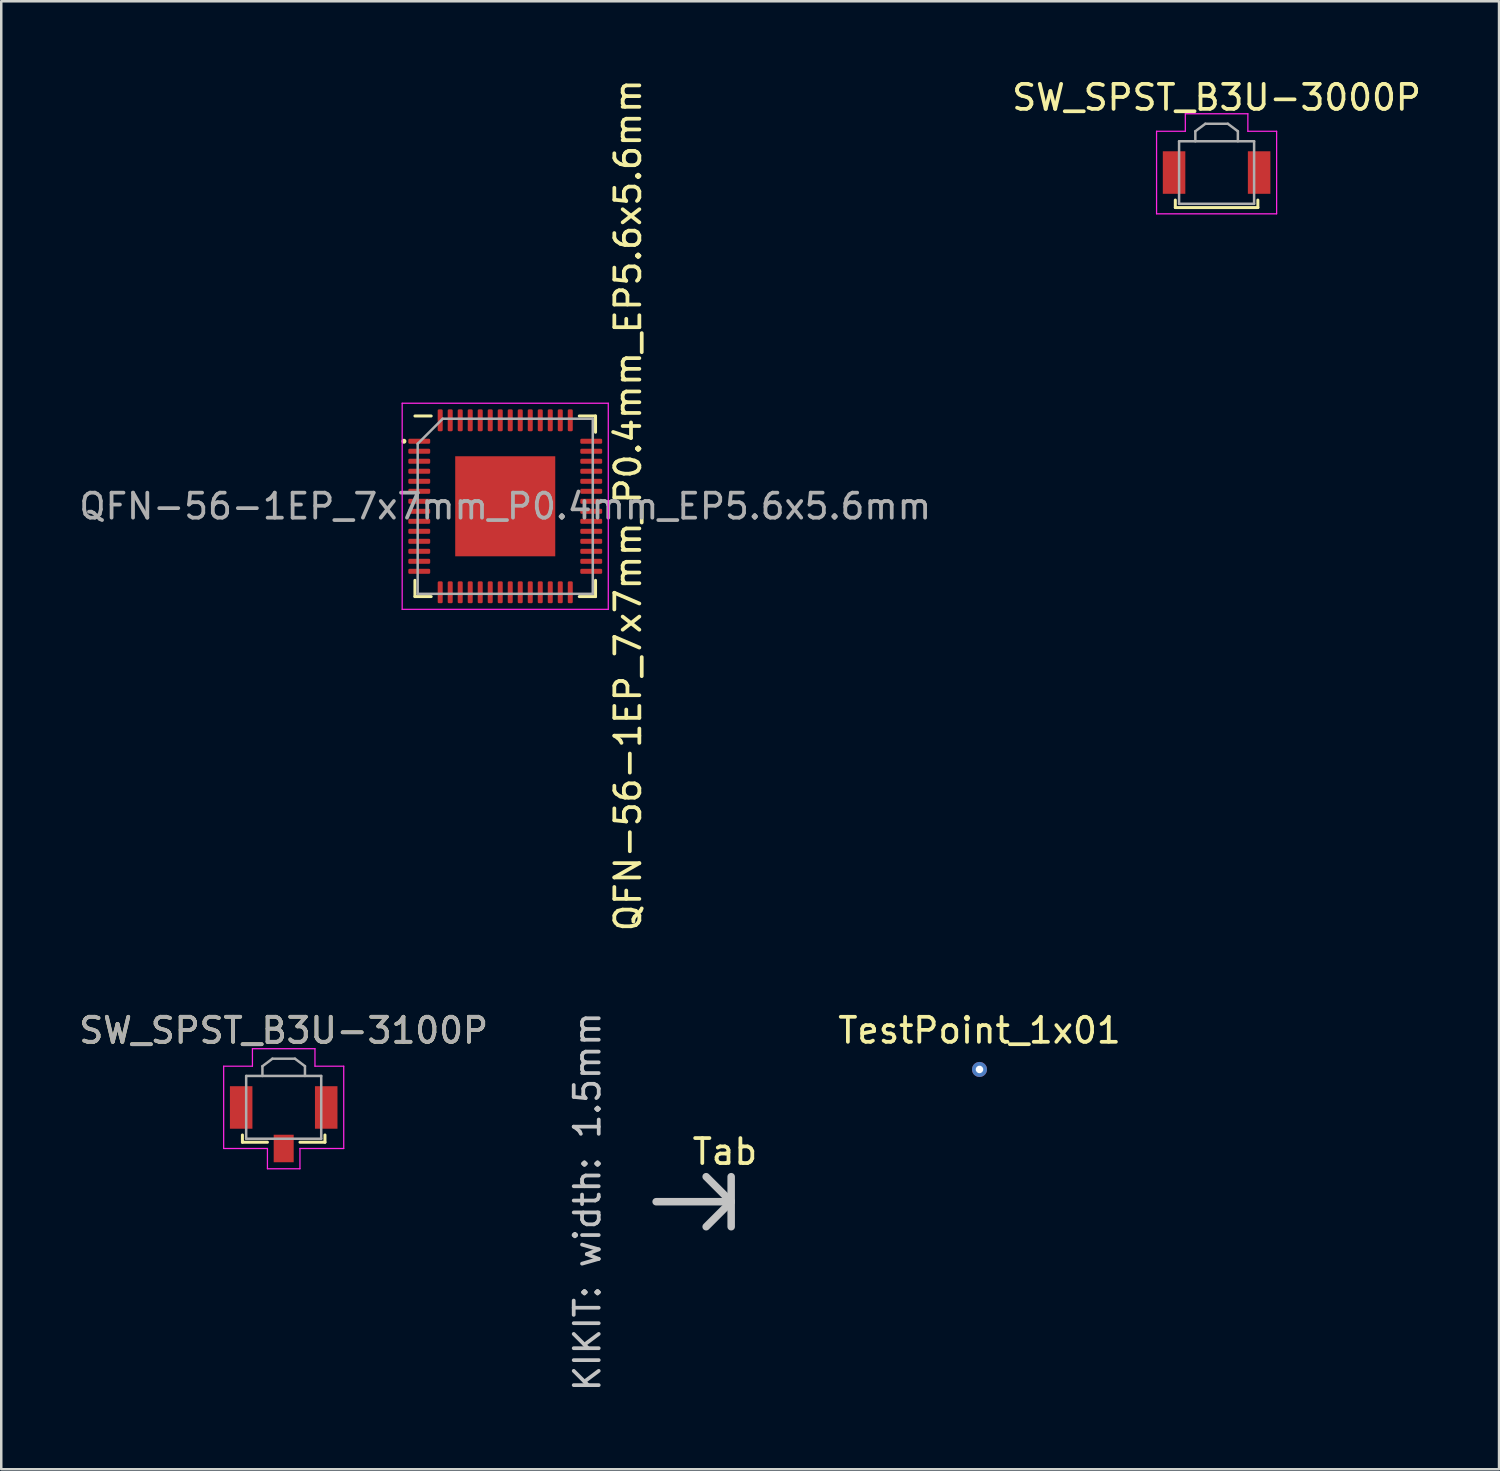
<source format=kicad_pcb>
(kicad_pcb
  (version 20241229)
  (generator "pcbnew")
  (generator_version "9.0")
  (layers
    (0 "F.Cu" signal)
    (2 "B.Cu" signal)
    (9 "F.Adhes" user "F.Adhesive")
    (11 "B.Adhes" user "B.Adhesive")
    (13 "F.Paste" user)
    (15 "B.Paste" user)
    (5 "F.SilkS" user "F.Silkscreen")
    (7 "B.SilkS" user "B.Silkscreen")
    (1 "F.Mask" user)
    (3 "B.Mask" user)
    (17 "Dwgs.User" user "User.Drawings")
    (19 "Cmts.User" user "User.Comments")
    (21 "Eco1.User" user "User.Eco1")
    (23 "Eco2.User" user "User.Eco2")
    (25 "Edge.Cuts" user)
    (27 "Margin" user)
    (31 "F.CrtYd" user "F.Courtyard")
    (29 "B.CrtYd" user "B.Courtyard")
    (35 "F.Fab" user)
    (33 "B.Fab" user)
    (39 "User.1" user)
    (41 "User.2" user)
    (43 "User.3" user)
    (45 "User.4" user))
  (footprint "Tab"
    (layer "F.Cu")
    (at 25.932 44.994)
    (property "Reference" "Tab" (at 0 -2 0) (layer "F.SilkS") (effects (font (size 1 1) (thickness 0.15))))
    (attr exclude_from_pos_files exclude_from_bom)
    (fp_line (start 0.25 0) (end -2.75 0) (stroke (width 0.3) (type solid)) (layer "Dwgs.User"))
    (fp_line (start 0.25 0) (end -0.75 -1) (stroke (width 0.3) (type solid)) (layer "Dwgs.User"))
    (fp_line (start 0.25 0) (end -0.75 1) (stroke (width 0.3) (type solid)) (layer "Dwgs.User"))
    (fp_line (start 0.25 1) (end 0.25 -1) (stroke (width 0.3) (type solid)) (layer "Dwgs.User"))
    (fp_text user "KIKIT: width: 1.5mm" (at -5.5 0 90) (layer "Dwgs.User") (effects (font (size 1 1) (thickness 0.15)))))
  (footprint "SW_SPST_B3U-3100P"
    (layer "F.Cu")
    (at 8.292 42.046)
    (property "Reference" "SW_SPST_B3U-3100P" (at 0 -3.9 0) (layer "F.SilkS") (effects (font (size 1 1) (thickness 0.15))))
    (attr smd)
    (fp_line (start -1.65 0.28) (end -1.65 0.57) (stroke (width 0.12) (type solid)) (layer "F.SilkS"))
    (fp_line (start -1.65 0.57) (end -0.65 0.57) (stroke (width 0.12) (type solid)) (layer "F.SilkS"))
    (fp_line (start 1.65 0.57) (end 0.65 0.57) (stroke (width 0.12) (type solid)) (layer "F.SilkS"))
    (fp_line (start 1.65 0.57) (end 1.65 0.28) (stroke (width 0.12) (type solid)) (layer "F.SilkS"))
    (fp_line (start -2.4 -2.47) (end -2.4 0.82) (stroke (width 0.05) (type solid)) (layer "F.CrtYd"))
    (fp_line (start -2.4 0.82) (end -0.65 0.82) (stroke (width 0.05) (type solid)) (layer "F.CrtYd"))
    (fp_line (start -1.25 -3.17) (end 1.25 -3.17) (stroke (width 0.05) (type solid)) (layer "F.CrtYd"))
    (fp_line (start -1.25 -2.47) (end -2.4 -2.47) (stroke (width 0.05) (type solid)) (layer "F.CrtYd"))
    (fp_line (start -1.25 -2.47) (end -1.25 -3.17) (stroke (width 0.05) (type solid)) (layer "F.CrtYd"))
    (fp_line (start -0.65 0.82) (end -0.65 1.63) (stroke (width 0.05) (type solid)) (layer "F.CrtYd"))
    (fp_line (start -0.65 1.63) (end 0.65 1.63) (stroke (width 0.05) (type solid)) (layer "F.CrtYd"))
    (fp_line (start 0.65 0.82) (end 2.4 0.82) (stroke (width 0.05) (type solid)) (layer "F.CrtYd"))
    (fp_line (start 0.65 1.63) (end 0.65 0.82) (stroke (width 0.05) (type solid)) (layer "F.CrtYd"))
    (fp_line (start 1.25 -3.17) (end 1.25 -2.47) (stroke (width 0.05) (type solid)) (layer "F.CrtYd"))
    (fp_line (start 1.25 -2.47) (end 2.4 -2.47) (stroke (width 0.05) (type solid)) (layer "F.CrtYd"))
    (fp_line (start 2.4 0.82) (end 2.4 -2.47) (stroke (width 0.05) (type solid)) (layer "F.CrtYd"))
    (fp_line (start -1.5 -2.08) (end 1.5 -2.08) (stroke (width 0.1) (type solid)) (layer "F.Fab"))
    (fp_line (start -1.5 0.43) (end -1.5 -2.08) (stroke (width 0.1) (type solid)) (layer "F.Fab"))
    (fp_line (start -0.85 -2.47) (end -0.45 -2.77) (stroke (width 0.1) (type solid)) (layer "F.Fab"))
    (fp_line (start -0.85 -2.08) (end -0.85 -2.47) (stroke (width 0.1) (type solid)) (layer "F.Fab"))
    (fp_line (start -0.45 -2.77) (end 0.45 -2.77) (stroke (width 0.1) (type solid)) (layer "F.Fab"))
    (fp_line (start 0.45 -2.77) (end 0.85 -2.47) (stroke (width 0.1) (type solid)) (layer "F.Fab"))
    (fp_line (start 0.85 -2.47) (end 0.85 -2.08) (stroke (width 0.1) (type solid)) (layer "F.Fab"))
    (fp_line (start 1.5 -2.08) (end 1.5 0.43) (stroke (width 0.1) (type solid)) (layer "F.Fab"))
    (fp_line (start 1.5 0.43) (end -1.5 0.43) (stroke (width 0.1) (type solid)) (layer "F.Fab"))
    (fp_text user "${REFERENCE}" (at 0 -3.9 0) (layer "F.Fab") (effects (font (size 1 1) (thickness 0.15))))
    (pad "1" smd rect (at -1.7 -0.82) (size 0.9 1.7) (layers "F.Cu" "F.Mask" "F.Paste"))
    (pad "2" smd rect (at 1.7 -0.82) (size 0.9 1.7) (layers "F.Cu" "F.Mask" "F.Paste"))
    (pad "3" smd rect (at 0 0.82) (size 0.8 1.1) (layers "F.Cu" "F.Mask" "F.Paste")))
  (footprint "QFN-56-1EP_7x7mm_P0.4mm_EP5.6x5.6mm"
    (layer "F.Cu")
    (at 17.149 17.191)
    (property "Reference" "QFN-56-1EP_7x7mm_P0.4mm_EP5.6x5.6mm" (at 4.907 -0.042 90) (layer "F.SilkS") (effects (font (size 1 1) (thickness 0.15))))
    (attr smd)
    (fp_line (start -3.61 3.61) (end -3.61 2.96) (stroke (width 0.12) (type solid)) (layer "F.SilkS"))
    (fp_line (start -2.96 -3.61) (end -3.61 -3.61) (stroke (width 0.12) (type solid)) (layer "F.SilkS"))
    (fp_line (start -2.96 3.61) (end -3.61 3.61) (stroke (width 0.12) (type solid)) (layer "F.SilkS"))
    (fp_line (start 2.96 -3.61) (end 3.61 -3.61) (stroke (width 0.12) (type solid)) (layer "F.SilkS"))
    (fp_line (start 2.96 3.61) (end 3.61 3.61) (stroke (width 0.12) (type solid)) (layer "F.SilkS"))
    (fp_line (start 3.61 -3.61) (end 3.61 -2.96) (stroke (width 0.12) (type solid)) (layer "F.SilkS"))
    (fp_line (start 3.61 3.61) (end 3.61 2.96) (stroke (width 0.12) (type solid)) (layer "F.SilkS"))
    (fp_circle (center -4.05 -2.6) (end -4 -2.6) (stroke (width 0.1) (type solid)) (fill no) (layer "F.SilkS"))
    (fp_line (start -4.12 -4.12) (end -4.12 4.12) (stroke (width 0.05) (type solid)) (layer "F.CrtYd"))
    (fp_line (start -4.12 4.12) (end 4.12 4.12) (stroke (width 0.05) (type solid)) (layer "F.CrtYd"))
    (fp_line (start 4.12 -4.12) (end -4.12 -4.12) (stroke (width 0.05) (type solid)) (layer "F.CrtYd"))
    (fp_line (start 4.12 4.12) (end 4.12 -4.12) (stroke (width 0.05) (type solid)) (layer "F.CrtYd"))
    (fp_line (start -3.5 -2.5) (end -2.5 -3.5) (stroke (width 0.1) (type solid)) (layer "F.Fab"))
    (fp_line (start -3.5 3.5) (end -3.5 -2.5) (stroke (width 0.1) (type solid)) (layer "F.Fab"))
    (fp_line (start -2.5 -3.5) (end 3.5 -3.5) (stroke (width 0.1) (type solid)) (layer "F.Fab"))
    (fp_line (start 3.5 -3.5) (end 3.5 3.5) (stroke (width 0.1) (type solid)) (layer "F.Fab"))
    (fp_line (start 3.5 3.5) (end -3.5 3.5) (stroke (width 0.1) (type solid)) (layer "F.Fab"))
    (fp_text user "${REFERENCE}" (at 0 0 180) (layer "F.Fab") (effects (font (size 1 1) (thickness 0.15))))
    (pad "" smd roundrect (at -1 -1) (size 1.75 1.75) (layers "F.Paste") (roundrect_rratio 0.221))
    (pad "" smd roundrect (at -1 1) (size 1.75 1.75) (layers "F.Paste") (roundrect_rratio 0.221))
    (pad "" smd roundrect (at 1 -1) (size 1.75 1.75) (layers "F.Paste") (roundrect_rratio 0.221))
    (pad "" smd roundrect (at 1 1) (size 1.75 1.75) (layers "F.Paste") (roundrect_rratio 0.221))
    (pad "1" smd roundrect (at -3.438 -2.6) (size 0.875 0.2) (layers "F.Cu" "F.Mask" "F.Paste") (roundrect_rratio 0.25))
    (pad "2" smd roundrect (at -3.438 -2.2) (size 0.875 0.2) (layers "F.Cu" "F.Mask" "F.Paste") (roundrect_rratio 0.25))
    (pad "3" smd roundrect (at -3.438 -1.8) (size 0.875 0.2) (layers "F.Cu" "F.Mask" "F.Paste") (roundrect_rratio 0.25))
    (pad "4" smd roundrect (at -3.438 -1.4) (size 0.875 0.2) (layers "F.Cu" "F.Mask" "F.Paste") (roundrect_rratio 0.25))
    (pad "5" smd roundrect (at -3.438 -1) (size 0.875 0.2) (layers "F.Cu" "F.Mask" "F.Paste") (roundrect_rratio 0.25))
    (pad "6" smd roundrect (at -3.438 -0.6) (size 0.875 0.2) (layers "F.Cu" "F.Mask" "F.Paste") (roundrect_rratio 0.25))
    (pad "7" smd roundrect (at -3.438 -0.2) (size 0.875 0.2) (layers "F.Cu" "F.Mask" "F.Paste") (roundrect_rratio 0.25))
    (pad "8" smd roundrect (at -3.438 0.2) (size 0.875 0.2) (layers "F.Cu" "F.Mask" "F.Paste") (roundrect_rratio 0.25))
    (pad "9" smd roundrect (at -3.438 0.6) (size 0.875 0.2) (layers "F.Cu" "F.Mask" "F.Paste") (roundrect_rratio 0.25))
    (pad "10" smd roundrect (at -3.438 1) (size 0.875 0.2) (layers "F.Cu" "F.Mask" "F.Paste") (roundrect_rratio 0.25))
    (pad "11" smd roundrect (at -3.438 1.4) (size 0.875 0.2) (layers "F.Cu" "F.Mask" "F.Paste") (roundrect_rratio 0.25))
    (pad "12" smd roundrect (at -3.438 1.8) (size 0.875 0.2) (layers "F.Cu" "F.Mask" "F.Paste") (roundrect_rratio 0.25))
    (pad "13" smd roundrect (at -3.438 2.2) (size 0.875 0.2) (layers "F.Cu" "F.Mask" "F.Paste") (roundrect_rratio 0.25))
    (pad "14" smd roundrect (at -3.438 2.6) (size 0.875 0.2) (layers "F.Cu" "F.Mask" "F.Paste") (roundrect_rratio 0.25))
    (pad "15" smd roundrect (at -2.6 3.438) (size 0.2 0.875) (layers "F.Cu" "F.Mask" "F.Paste") (roundrect_rratio 0.25))
    (pad "16" smd roundrect (at -2.2 3.438) (size 0.2 0.875) (layers "F.Cu" "F.Mask" "F.Paste") (roundrect_rratio 0.25))
    (pad "17" smd roundrect (at -1.8 3.438) (size 0.2 0.875) (layers "F.Cu" "F.Mask" "F.Paste") (roundrect_rratio 0.25))
    (pad "18" smd roundrect (at -1.4 3.438) (size 0.2 0.875) (layers "F.Cu" "F.Mask" "F.Paste") (roundrect_rratio 0.25))
    (pad "19" smd roundrect (at -1 3.438) (size 0.2 0.875) (layers "F.Cu" "F.Mask" "F.Paste") (roundrect_rratio 0.25))
    (pad "20" smd roundrect (at -0.6 3.438) (size 0.2 0.875) (layers "F.Cu" "F.Mask" "F.Paste") (roundrect_rratio 0.25))
    (pad "21" smd roundrect (at -0.2 3.438) (size 0.2 0.875) (layers "F.Cu" "F.Mask" "F.Paste") (roundrect_rratio 0.25))
    (pad "22" smd roundrect (at 0.2 3.438) (size 0.2 0.875) (layers "F.Cu" "F.Mask" "F.Paste") (roundrect_rratio 0.25))
    (pad "23" smd roundrect (at 0.6 3.438) (size 0.2 0.875) (layers "F.Cu" "F.Mask" "F.Paste") (roundrect_rratio 0.25))
    (pad "24" smd roundrect (at 1 3.438) (size 0.2 0.875) (layers "F.Cu" "F.Mask" "F.Paste") (roundrect_rratio 0.25))
    (pad "25" smd roundrect (at 1.4 3.438) (size 0.2 0.875) (layers "F.Cu" "F.Mask" "F.Paste") (roundrect_rratio 0.25))
    (pad "26" smd roundrect (at 1.8 3.438) (size 0.2 0.875) (layers "F.Cu" "F.Mask" "F.Paste") (roundrect_rratio 0.25))
    (pad "27" smd roundrect (at 2.2 3.438) (size 0.2 0.875) (layers "F.Cu" "F.Mask" "F.Paste") (roundrect_rratio 0.25))
    (pad "28" smd roundrect (at 2.6 3.438) (size 0.2 0.875) (layers "F.Cu" "F.Mask" "F.Paste") (roundrect_rratio 0.25))
    (pad "29" smd roundrect (at 3.438 2.6) (size 0.875 0.2) (layers "F.Cu" "F.Mask" "F.Paste") (roundrect_rratio 0.25))
    (pad "30" smd roundrect (at 3.438 2.2) (size 0.875 0.2) (layers "F.Cu" "F.Mask" "F.Paste") (roundrect_rratio 0.25))
    (pad "31" smd roundrect (at 3.438 1.8) (size 0.875 0.2) (layers "F.Cu" "F.Mask" "F.Paste") (roundrect_rratio 0.25))
    (pad "32" smd roundrect (at 3.438 1.4) (size 0.875 0.2) (layers "F.Cu" "F.Mask" "F.Paste") (roundrect_rratio 0.25))
    (pad "33" smd roundrect (at 3.438 1) (size 0.875 0.2) (layers "F.Cu" "F.Mask" "F.Paste") (roundrect_rratio 0.25))
    (pad "34" smd roundrect (at 3.438 0.6) (size 0.875 0.2) (layers "F.Cu" "F.Mask" "F.Paste") (roundrect_rratio 0.25))
    (pad "35" smd roundrect (at 3.438 0.2) (size 0.875 0.2) (layers "F.Cu" "F.Mask" "F.Paste") (roundrect_rratio 0.25))
    (pad "36" smd roundrect (at 3.438 -0.2) (size 0.875 0.2) (layers "F.Cu" "F.Mask" "F.Paste") (roundrect_rratio 0.25))
    (pad "37" smd roundrect (at 3.438 -0.6) (size 0.875 0.2) (layers "F.Cu" "F.Mask" "F.Paste") (roundrect_rratio 0.25))
    (pad "38" smd roundrect (at 3.438 -1) (size 0.875 0.2) (layers "F.Cu" "F.Mask" "F.Paste") (roundrect_rratio 0.25))
    (pad "39" smd roundrect (at 3.438 -1.4) (size 0.875 0.2) (layers "F.Cu" "F.Mask" "F.Paste") (roundrect_rratio 0.25))
    (pad "40" smd roundrect (at 3.438 -1.8) (size 0.875 0.2) (layers "F.Cu" "F.Mask" "F.Paste") (roundrect_rratio 0.25))
    (pad "41" smd roundrect (at 3.438 -2.2) (size 0.875 0.2) (layers "F.Cu" "F.Mask" "F.Paste") (roundrect_rratio 0.25))
    (pad "42" smd roundrect (at 3.438 -2.6) (size 0.875 0.2) (layers "F.Cu" "F.Mask" "F.Paste") (roundrect_rratio 0.25))
    (pad "43" smd roundrect (at 2.6 -3.438) (size 0.2 0.875) (layers "F.Cu" "F.Mask" "F.Paste") (roundrect_rratio 0.25))
    (pad "44" smd roundrect (at 2.2 -3.438) (size 0.2 0.875) (layers "F.Cu" "F.Mask" "F.Paste") (roundrect_rratio 0.25))
    (pad "45" smd roundrect (at 1.8 -3.438) (size 0.2 0.875) (layers "F.Cu" "F.Mask" "F.Paste") (roundrect_rratio 0.25))
    (pad "46" smd roundrect (at 1.4 -3.438) (size 0.2 0.875) (layers "F.Cu" "F.Mask" "F.Paste") (roundrect_rratio 0.25))
    (pad "47" smd roundrect (at 1 -3.438) (size 0.2 0.875) (layers "F.Cu" "F.Mask" "F.Paste") (roundrect_rratio 0.25))
    (pad "48" smd roundrect (at 0.6 -3.438) (size 0.2 0.875) (layers "F.Cu" "F.Mask" "F.Paste") (roundrect_rratio 0.25))
    (pad "49" smd roundrect (at 0.2 -3.438) (size 0.2 0.875) (layers "F.Cu" "F.Mask" "F.Paste") (roundrect_rratio 0.25))
    (pad "50" smd roundrect (at -0.2 -3.438) (size 0.2 0.875) (layers "F.Cu" "F.Mask" "F.Paste") (roundrect_rratio 0.25))
    (pad "51" smd roundrect (at -0.6 -3.438) (size 0.2 0.875) (layers "F.Cu" "F.Mask" "F.Paste") (roundrect_rratio 0.25))
    (pad "52" smd roundrect (at -1 -3.438) (size 0.2 0.875) (layers "F.Cu" "F.Mask" "F.Paste") (roundrect_rratio 0.25))
    (pad "53" smd roundrect (at -1.4 -3.438) (size 0.2 0.875) (layers "F.Cu" "F.Mask" "F.Paste") (roundrect_rratio 0.25))
    (pad "54" smd roundrect (at -1.8 -3.438) (size 0.2 0.875) (layers "F.Cu" "F.Mask" "F.Paste") (roundrect_rratio 0.25))
    (pad "55" smd roundrect (at -2.2 -3.438) (size 0.2 0.875) (layers "F.Cu" "F.Mask" "F.Paste") (roundrect_rratio 0.25))
    (pad "56" smd roundrect (at -2.6 -3.438) (size 0.2 0.875) (layers "F.Cu" "F.Mask" "F.Paste") (roundrect_rratio 0.25))
    (pad "57" smd rect (at 0 0) (size 4 4) (layers "F.Cu" "F.Mask")))
  (footprint "TestPoint_1x01"
    (layer "F.Cu")
    (at 36.11 39.706)
    (property "Reference" "TestPoint_1x01" (at 0 -1.56 0) (layer "F.SilkS") (effects (font (size 1 1) (thickness 0.15))))
    (attr through_hole)
    (pad "1" thru_hole circle (at 0 0) (size 0.6 0.6) (drill 0.3) (layers "*.Cu" "*.Mask")))
  (footprint "SW_SPST_B3U-3000P"
    (layer "F.Cu")
    (at 45.589 3.848)
    (property "Reference" "SW_SPST_B3U-3000P" (at 0 -3 0) (layer "F.SilkS") (effects (font (size 1 1) (thickness 0.15))))
    (attr smd)
    (fp_line (start -1.65 1.1) (end -1.65 1.4) (stroke (width 0.12) (type solid)) (layer "F.SilkS"))
    (fp_line (start -1.65 1.4) (end 1.65 1.4) (stroke (width 0.12) (type solid)) (layer "F.SilkS"))
    (fp_line (start 1.65 1.4) (end 1.65 1.1) (stroke (width 0.12) (type solid)) (layer "F.SilkS"))
    (fp_line (start -2.4 -1.65) (end -2.4 1.65) (stroke (width 0.05) (type solid)) (layer "F.CrtYd"))
    (fp_line (start -2.4 1.65) (end 2.4 1.65) (stroke (width 0.05) (type solid)) (layer "F.CrtYd"))
    (fp_line (start -1.25 -2.35) (end 1.25 -2.35) (stroke (width 0.05) (type solid)) (layer "F.CrtYd"))
    (fp_line (start -1.25 -1.65) (end -2.4 -1.65) (stroke (width 0.05) (type solid)) (layer "F.CrtYd"))
    (fp_line (start -1.25 -1.65) (end -1.25 -2.35) (stroke (width 0.05) (type solid)) (layer "F.CrtYd"))
    (fp_line (start 1.25 -2.35) (end 1.25 -1.65) (stroke (width 0.05) (type solid)) (layer "F.CrtYd"))
    (fp_line (start 1.25 -1.65) (end 2.4 -1.65) (stroke (width 0.05) (type solid)) (layer "F.CrtYd"))
    (fp_line (start 2.4 1.65) (end 2.4 -1.65) (stroke (width 0.05) (type solid)) (layer "F.CrtYd"))
    (fp_line (start -1.5 -1.25) (end 1.5 -1.25) (stroke (width 0.1) (type solid)) (layer "F.Fab"))
    (fp_line (start -1.5 1.25) (end -1.5 -1.25) (stroke (width 0.1) (type solid)) (layer "F.Fab"))
    (fp_line (start -0.85 -1.65) (end -0.45 -1.95) (stroke (width 0.1) (type solid)) (layer "F.Fab"))
    (fp_line (start -0.85 -1.25) (end -0.85 -1.65) (stroke (width 0.1) (type solid)) (layer "F.Fab"))
    (fp_line (start -0.45 -1.95) (end 0.45 -1.95) (stroke (width 0.1) (type solid)) (layer "F.Fab"))
    (fp_line (start 0.45 -1.95) (end 0.85 -1.65) (stroke (width 0.1) (type solid)) (layer "F.Fab"))
    (fp_line (start 0.85 -1.65) (end 0.85 -1.25) (stroke (width 0.1) (type solid)) (layer "F.Fab"))
    (fp_line (start 1.5 -1.25) (end 1.5 1.25) (stroke (width 0.1) (type solid)) (layer "F.Fab"))
    (fp_line (start 1.5 1.25) (end -1.5 1.25) (stroke (width 0.1) (type solid)) (layer "F.Fab"))
    (pad "1" smd rect (at -1.7 0) (size 0.9 1.7) (layers "F.Cu" "F.Mask" "F.Paste"))
    (pad "2" smd rect (at 1.7 0) (size 0.9 1.7) (layers "F.Cu" "F.Mask" "F.Paste")))
  (gr_rect
    (start -3 -3)
    (end 56.881 55.69)
    (stroke (width 0.1) (type default))
    (fill no)
    (layer "Edge.Cuts")))
</source>
